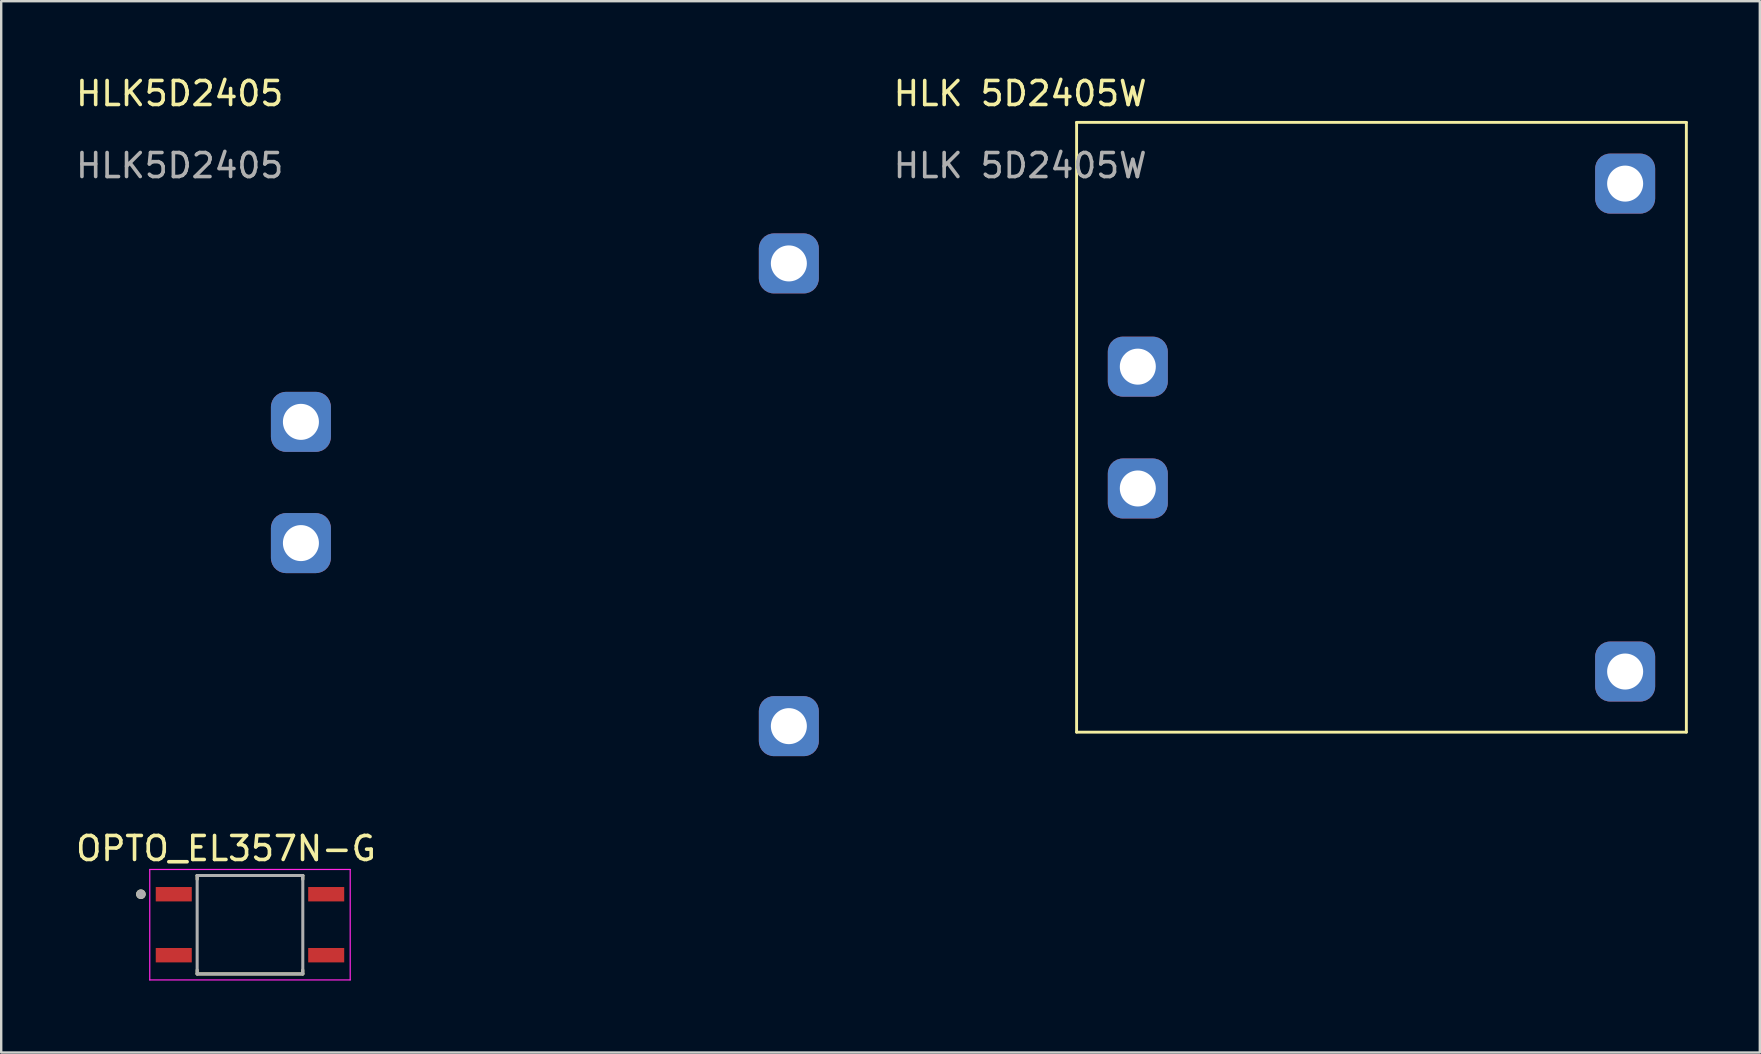
<source format=kicad_pcb>
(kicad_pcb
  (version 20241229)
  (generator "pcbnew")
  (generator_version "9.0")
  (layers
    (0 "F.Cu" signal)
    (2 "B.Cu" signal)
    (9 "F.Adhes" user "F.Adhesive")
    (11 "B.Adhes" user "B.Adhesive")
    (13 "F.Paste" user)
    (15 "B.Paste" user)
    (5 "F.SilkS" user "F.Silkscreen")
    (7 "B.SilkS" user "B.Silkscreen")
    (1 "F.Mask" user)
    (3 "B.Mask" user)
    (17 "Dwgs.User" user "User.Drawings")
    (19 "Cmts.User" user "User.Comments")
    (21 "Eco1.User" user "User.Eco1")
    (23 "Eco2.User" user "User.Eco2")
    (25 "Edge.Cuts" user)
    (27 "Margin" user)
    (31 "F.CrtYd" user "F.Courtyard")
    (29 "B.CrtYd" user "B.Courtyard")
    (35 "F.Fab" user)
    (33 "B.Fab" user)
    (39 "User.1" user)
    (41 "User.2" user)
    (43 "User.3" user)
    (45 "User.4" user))
  (footprint "OPTO_EL357N-G"
    (layer "F.Cu")
    (at 7.363 35.469)
    (property "Reference" "OPTO_EL357N-G" (at -1 -3.173 0) (layer "F.SilkS") (effects (font (size 1 1) (thickness 0.15))))
    (attr through_hole)
    (fp_line (start -2.2 -2.05) (end 2.2 -2.05) (stroke (width 0.127) (type solid)) (layer "F.SilkS"))
    (fp_line (start -2.2 -1.89) (end -2.2 -2.05) (stroke (width 0.127) (type solid)) (layer "F.SilkS"))
    (fp_line (start -2.2 2.05) (end -2.2 1.89) (stroke (width 0.127) (type solid)) (layer "F.SilkS"))
    (fp_line (start 2.2 -2.05) (end 2.2 -1.89) (stroke (width 0.127) (type solid)) (layer "F.SilkS"))
    (fp_line (start 2.2 2.05) (end -2.2 2.05) (stroke (width 0.127) (type solid)) (layer "F.SilkS"))
    (fp_line (start 2.2 2.05) (end 2.2 1.89) (stroke (width 0.127) (type solid)) (layer "F.SilkS"))
    (fp_circle (center -4.544 -1.27) (end -4.444 -1.27) (stroke (width 0.2) (type solid)) (fill no) (layer "F.SilkS"))
    (fp_line (start -4.175 -2.3) (end -4.175 2.3) (stroke (width 0.05) (type solid)) (layer "F.CrtYd"))
    (fp_line (start -4.175 2.3) (end 4.175 2.3) (stroke (width 0.05) (type solid)) (layer "F.CrtYd"))
    (fp_line (start 4.175 -2.3) (end -4.175 -2.3) (stroke (width 0.05) (type solid)) (layer "F.CrtYd"))
    (fp_line (start 4.175 2.3) (end 4.175 -2.3) (stroke (width 0.05) (type solid)) (layer "F.CrtYd"))
    (fp_line (start -2.2 -2.05) (end 2.2 -2.05) (stroke (width 0.127) (type solid)) (layer "F.Fab"))
    (fp_line (start -2.2 2.05) (end -2.2 -2.05) (stroke (width 0.127) (type solid)) (layer "F.Fab"))
    (fp_line (start 2.2 -2.05) (end 2.2 2.05) (stroke (width 0.127) (type solid)) (layer "F.Fab"))
    (fp_line (start 2.2 2.05) (end -2.2 2.05) (stroke (width 0.127) (type solid)) (layer "F.Fab"))
    (fp_circle (center -4.544 -1.27) (end -4.444 -1.27) (stroke (width 0.2) (type solid)) (fill no) (layer "F.Fab"))
    (pad "1" smd rect (at -3.175 -1.27) (size 1.5 0.6) (layers "F.Cu" "F.Mask" "F.Paste"))
    (pad "2" smd rect (at -3.175 1.27) (size 1.5 0.6) (layers "F.Cu" "F.Mask" "F.Paste"))
    (pad "3" smd rect (at 3.175 1.27) (size 1.5 0.6) (layers "F.Cu" "F.Mask" "F.Paste"))
    (pad "4" smd rect (at 3.175 -1.27) (size 1.5 0.6) (layers "F.Cu" "F.Mask" "F.Paste")))
  (footprint "HLK 5D2405W"
    (layer "F.Cu")
    (at 39.446 1.348)
    (property "Reference" "HLK 5D2405W" (at 0 -0.5 0) (unlocked yes) (layer "F.SilkS") (effects (font (size 1 1) (thickness 0.15))))
    (attr smd)
    (fp_line (start 2.35 26.1) (end 2.35 0.7) (stroke (width 0.12) (type solid)) (layer "F.SilkS"))
    (fp_line (start 27.75 0.7) (end 2.35 0.7) (stroke (width 0.12) (type solid)) (layer "F.SilkS"))
    (fp_line (start 27.75 26.1) (end 2.35 26.1) (stroke (width 0.12) (type solid)) (layer "F.SilkS"))
    (fp_line (start 27.75 26.1) (end 27.75 0.7) (stroke (width 0.12) (type solid)) (layer "F.SilkS"))
    (fp_text user "${REFERENCE}" (at 0 2.5 0) (unlocked yes) (layer "F.Fab") (effects (font (size 1 1) (thickness 0.15))))
    (pad "1" thru_hole roundrect (at 4.9 10.875) (size 2.5 2.5) (drill 1.5) (layers "*.Cu" "*.Mask") (roundrect_rratio 0.25))
    (pad "2" thru_hole roundrect (at 4.9 15.95) (size 2.5 2.5) (drill 1.5) (layers "*.Cu" "*.Mask") (roundrect_rratio 0.25))
    (pad "3" thru_hole roundrect (at 25.2 23.575) (size 2.5 2.5) (drill 1.5) (layers "*.Cu" "*.Mask") (roundrect_rratio 0.25))
    (pad "5" thru_hole roundrect (at 25.2 3.25) (size 2.5 2.5) (drill 1.5) (layers "*.Cu" "*.Mask") (roundrect_rratio 0.25)))
  (footprint "HLK5D2405"
    (layer "F.Cu")
    (at 4.435 1.348)
    (property "Reference" "HLK5D2405" (at 0 -0.5 0) (unlocked yes) (layer "F.SilkS") (effects (font (size 1 1) (thickness 0.15))))
    (attr smd)
    (fp_text user "${REFERENCE}" (at 0 2.5 0) (unlocked yes) (layer "F.Fab") (effects (font (size 1 1) (thickness 0.15))))
    (pad "1" thru_hole roundrect (at 5.05 13.175) (size 2.5 2.5) (drill 1.5) (layers "*.Cu" "*.Mask") (roundrect_rratio 0.25))
    (pad "2" thru_hole roundrect (at 5.05 18.225) (size 2.5 2.5) (drill 1.5) (layers "*.Cu" "*.Mask") (roundrect_rratio 0.25))
    (pad "3" thru_hole roundrect (at 25.375 25.85) (size 2.5 2.5) (drill 1.5) (layers "*.Cu" "*.Mask") (roundrect_rratio 0.25))
    (pad "5" thru_hole roundrect (at 25.375 6.575) (size 2.5 2.5) (drill 1.5) (layers "*.Cu" "*.Mask") (roundrect_rratio 0.25)))
  (gr_rect
    (start -3 -3)
    (end 70.256 40.794)
    (stroke (width 0.1) (type default))
    (fill no)
    (layer "Edge.Cuts")))
</source>
